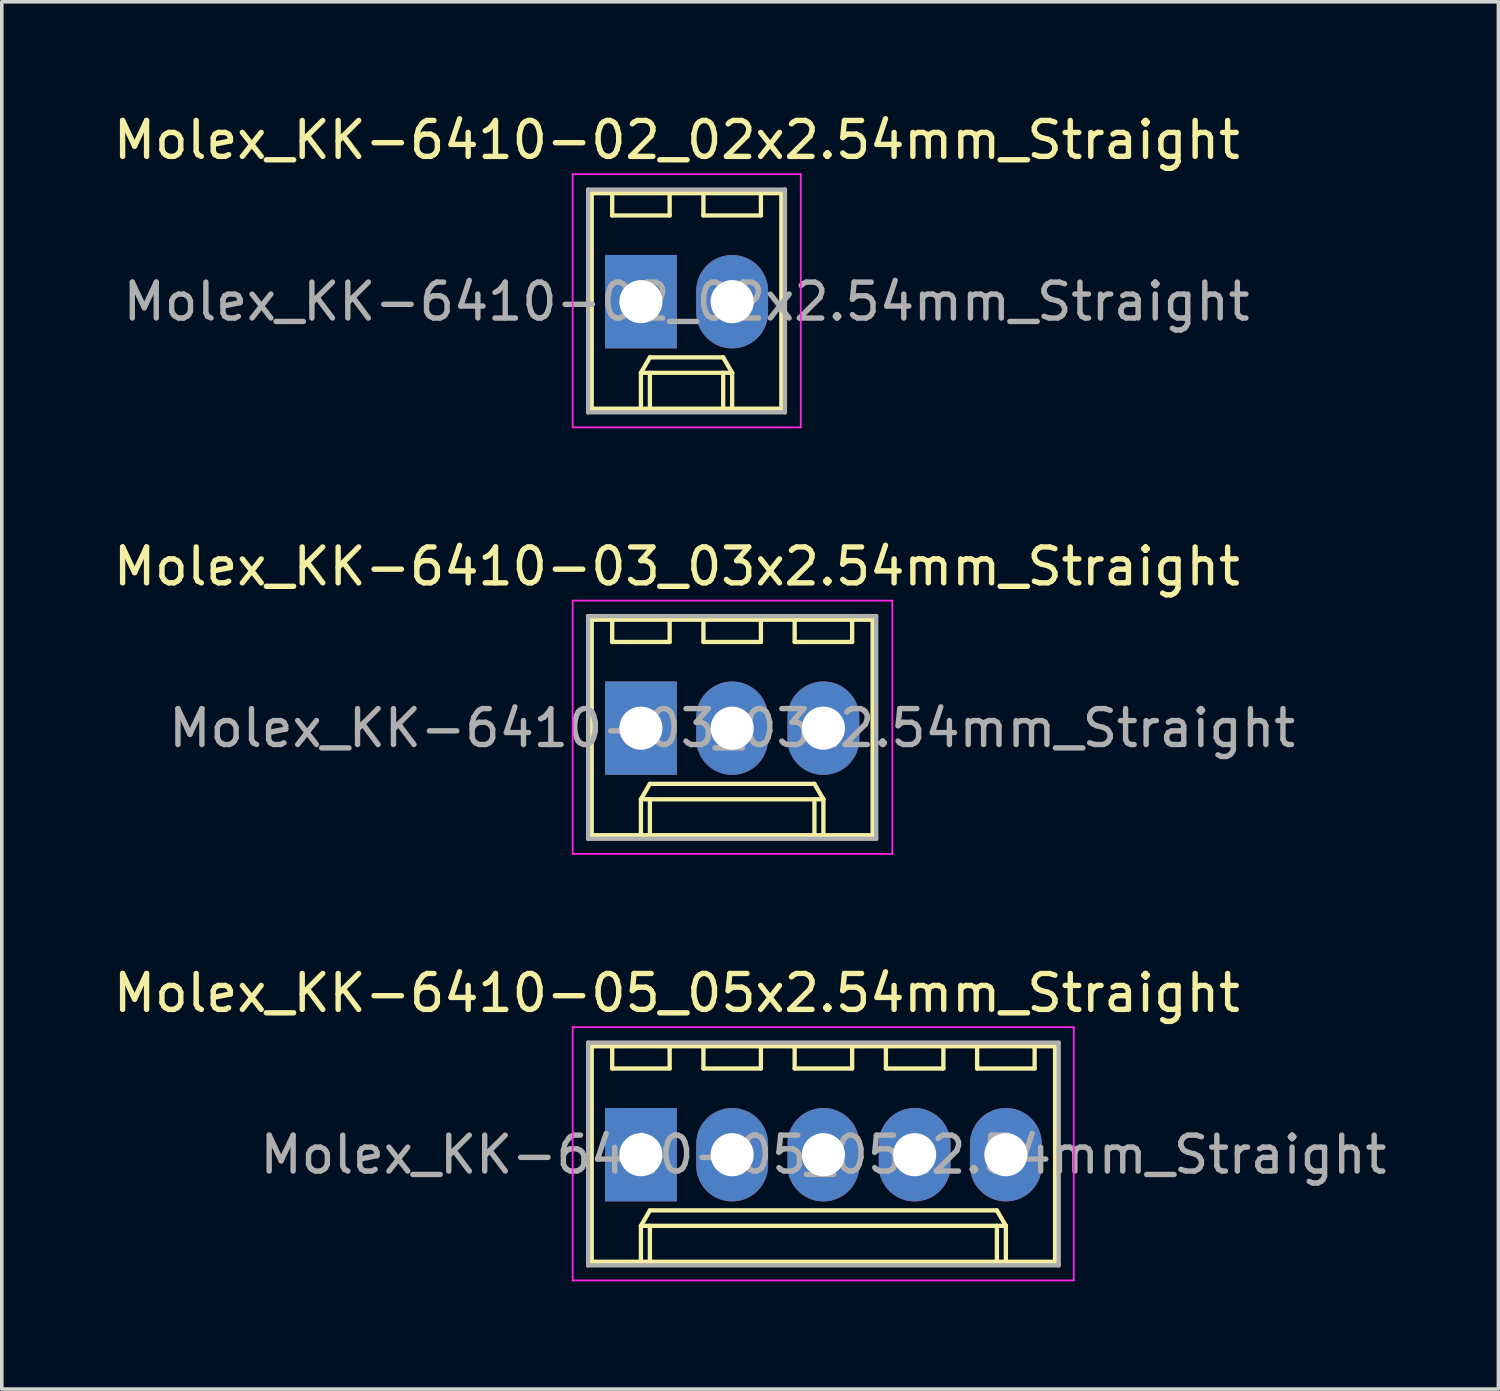
<source format=kicad_pcb>
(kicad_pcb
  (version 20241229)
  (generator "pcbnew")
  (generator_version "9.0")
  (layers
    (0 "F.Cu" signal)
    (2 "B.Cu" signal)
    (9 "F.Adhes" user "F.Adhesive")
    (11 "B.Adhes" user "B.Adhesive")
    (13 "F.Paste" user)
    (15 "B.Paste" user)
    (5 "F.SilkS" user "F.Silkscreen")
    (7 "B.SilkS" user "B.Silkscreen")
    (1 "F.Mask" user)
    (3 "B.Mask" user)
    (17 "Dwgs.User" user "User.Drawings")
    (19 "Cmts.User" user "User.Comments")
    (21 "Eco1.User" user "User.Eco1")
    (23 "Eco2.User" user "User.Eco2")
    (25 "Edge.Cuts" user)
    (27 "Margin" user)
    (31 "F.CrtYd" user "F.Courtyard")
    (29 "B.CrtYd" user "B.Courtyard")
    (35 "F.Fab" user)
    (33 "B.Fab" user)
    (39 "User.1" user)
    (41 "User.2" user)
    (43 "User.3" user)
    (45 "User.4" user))
  (footprint "Molex_KK-6410-05_05x2.54mm_Straight"
    (layer "F.Cu")
    (at 14.792 29.095)
    (property "Reference" "Molex_KK-6410-05_05x2.54mm_Straight" (at 1 -4.5 0) (layer "F.SilkS") (effects (font (size 1 1) (thickness 0.15))))
    (attr through_hole)
    (fp_line (start -1.37 -3.02) (end -1.37 2.98) (stroke (width 0.12) (type solid)) (layer "F.SilkS"))
    (fp_line (start -1.37 2.98) (end 11.53 2.98) (stroke (width 0.12) (type solid)) (layer "F.SilkS"))
    (fp_line (start -0.8 -3.02) (end -0.8 -2.4) (stroke (width 0.12) (type solid)) (layer "F.SilkS"))
    (fp_line (start -0.8 -2.4) (end 0.8 -2.4) (stroke (width 0.12) (type solid)) (layer "F.SilkS"))
    (fp_line (start 0 1.98) (end 0.25 1.55) (stroke (width 0.12) (type solid)) (layer "F.SilkS"))
    (fp_line (start 0 1.98) (end 10.16 1.98) (stroke (width 0.12) (type solid)) (layer "F.SilkS"))
    (fp_line (start 0 2.98) (end 0 1.98) (stroke (width 0.12) (type solid)) (layer "F.SilkS"))
    (fp_line (start 0.25 1.55) (end 9.91 1.55) (stroke (width 0.12) (type solid)) (layer "F.SilkS"))
    (fp_line (start 0.25 2.98) (end 0.25 1.98) (stroke (width 0.12) (type solid)) (layer "F.SilkS"))
    (fp_line (start 0.8 -2.4) (end 0.8 -3.02) (stroke (width 0.12) (type solid)) (layer "F.SilkS"))
    (fp_line (start 1.74 -3.02) (end 1.74 -2.4) (stroke (width 0.12) (type solid)) (layer "F.SilkS"))
    (fp_line (start 1.74 -2.4) (end 3.34 -2.4) (stroke (width 0.12) (type solid)) (layer "F.SilkS"))
    (fp_line (start 3.34 -2.4) (end 3.34 -3.02) (stroke (width 0.12) (type solid)) (layer "F.SilkS"))
    (fp_line (start 4.28 -3.02) (end 4.28 -2.4) (stroke (width 0.12) (type solid)) (layer "F.SilkS"))
    (fp_line (start 4.28 -2.4) (end 5.88 -2.4) (stroke (width 0.12) (type solid)) (layer "F.SilkS"))
    (fp_line (start 5.88 -2.4) (end 5.88 -3.02) (stroke (width 0.12) (type solid)) (layer "F.SilkS"))
    (fp_line (start 6.82 -3.02) (end 6.82 -2.4) (stroke (width 0.12) (type solid)) (layer "F.SilkS"))
    (fp_line (start 6.82 -2.4) (end 8.42 -2.4) (stroke (width 0.12) (type solid)) (layer "F.SilkS"))
    (fp_line (start 8.42 -2.4) (end 8.42 -3.02) (stroke (width 0.12) (type solid)) (layer "F.SilkS"))
    (fp_line (start 9.36 -3.02) (end 9.36 -2.4) (stroke (width 0.12) (type solid)) (layer "F.SilkS"))
    (fp_line (start 9.36 -2.4) (end 10.96 -2.4) (stroke (width 0.12) (type solid)) (layer "F.SilkS"))
    (fp_line (start 9.91 1.55) (end 10.16 1.98) (stroke (width 0.12) (type solid)) (layer "F.SilkS"))
    (fp_line (start 9.91 2.98) (end 9.91 1.98) (stroke (width 0.12) (type solid)) (layer "F.SilkS"))
    (fp_line (start 10.16 1.98) (end 10.16 2.98) (stroke (width 0.12) (type solid)) (layer "F.SilkS"))
    (fp_line (start 10.96 -2.4) (end 10.96 -3.02) (stroke (width 0.12) (type solid)) (layer "F.SilkS"))
    (fp_line (start 11.53 -3.02) (end -1.37 -3.02) (stroke (width 0.12) (type solid)) (layer "F.SilkS"))
    (fp_line (start 11.53 2.98) (end 11.53 -3.02) (stroke (width 0.12) (type solid)) (layer "F.SilkS"))
    (fp_line (start -1.9 -3.55) (end 12.05 -3.55) (stroke (width 0.05) (type solid)) (layer "F.CrtYd"))
    (fp_line (start -1.9 3.5) (end -1.9 -3.55) (stroke (width 0.05) (type solid)) (layer "F.CrtYd"))
    (fp_line (start 12.05 -3.55) (end 12.05 3.5) (stroke (width 0.05) (type solid)) (layer "F.CrtYd"))
    (fp_line (start 12.05 3.5) (end -1.9 3.5) (stroke (width 0.05) (type solid)) (layer "F.CrtYd"))
    (fp_line (start -1.47 -3.12) (end -1.47 3.08) (stroke (width 0.12) (type solid)) (layer "F.Fab"))
    (fp_line (start -1.47 3.08) (end 11.63 3.08) (stroke (width 0.12) (type solid)) (layer "F.Fab"))
    (fp_line (start 11.63 -3.12) (end -1.47 -3.12) (stroke (width 0.12) (type solid)) (layer "F.Fab"))
    (fp_line (start 11.63 3.08) (end 11.63 -3.12) (stroke (width 0.12) (type solid)) (layer "F.Fab"))
    (fp_text user "${REFERENCE}" (at 5.08 0 0) (layer "F.Fab") (effects (font (size 1 1) (thickness 0.15))))
    (pad "1" thru_hole rect (at 0 0) (size 2 2.6) (drill 1.2) (layers "*.Cu" "*.Mask"))
    (pad "2" thru_hole oval (at 2.54 0) (size 2 2.6) (drill 1.2) (layers "*.Cu" "*.Mask"))
    (pad "3" thru_hole oval (at 5.08 0) (size 2 2.6) (drill 1.2) (layers "*.Cu" "*.Mask"))
    (pad "4" thru_hole oval (at 7.62 0) (size 2 2.6) (drill 1.2) (layers "*.Cu" "*.Mask"))
    (pad "5" thru_hole oval (at 10.16 0) (size 2 2.6) (drill 1.2) (layers "*.Cu" "*.Mask")))
  (footprint "Molex_KK-6410-02_02x2.54mm_Straight"
    (layer "F.Cu")
    (at 14.792 5.348)
    (property "Reference" "Molex_KK-6410-02_02x2.54mm_Straight" (at 1 -4.5 0) (layer "F.SilkS") (effects (font (size 1 1) (thickness 0.15))))
    (attr through_hole)
    (fp_line (start -1.37 -3.02) (end -1.37 2.98) (stroke (width 0.12) (type solid)) (layer "F.SilkS"))
    (fp_line (start -1.37 2.98) (end 3.91 2.98) (stroke (width 0.12) (type solid)) (layer "F.SilkS"))
    (fp_line (start -0.8 -3.02) (end -0.8 -2.4) (stroke (width 0.12) (type solid)) (layer "F.SilkS"))
    (fp_line (start -0.8 -2.4) (end 0.8 -2.4) (stroke (width 0.12) (type solid)) (layer "F.SilkS"))
    (fp_line (start 0 1.98) (end 0.25 1.55) (stroke (width 0.12) (type solid)) (layer "F.SilkS"))
    (fp_line (start 0 1.98) (end 2.54 1.98) (stroke (width 0.12) (type solid)) (layer "F.SilkS"))
    (fp_line (start 0 2.98) (end 0 1.98) (stroke (width 0.12) (type solid)) (layer "F.SilkS"))
    (fp_line (start 0.25 1.55) (end 2.29 1.55) (stroke (width 0.12) (type solid)) (layer "F.SilkS"))
    (fp_line (start 0.25 2.98) (end 0.25 1.98) (stroke (width 0.12) (type solid)) (layer "F.SilkS"))
    (fp_line (start 0.8 -2.4) (end 0.8 -3.02) (stroke (width 0.12) (type solid)) (layer "F.SilkS"))
    (fp_line (start 1.74 -3.02) (end 1.74 -2.4) (stroke (width 0.12) (type solid)) (layer "F.SilkS"))
    (fp_line (start 1.74 -2.4) (end 3.34 -2.4) (stroke (width 0.12) (type solid)) (layer "F.SilkS"))
    (fp_line (start 2.29 1.55) (end 2.54 1.98) (stroke (width 0.12) (type solid)) (layer "F.SilkS"))
    (fp_line (start 2.29 2.98) (end 2.29 1.98) (stroke (width 0.12) (type solid)) (layer "F.SilkS"))
    (fp_line (start 2.54 1.98) (end 2.54 2.98) (stroke (width 0.12) (type solid)) (layer "F.SilkS"))
    (fp_line (start 3.34 -2.4) (end 3.34 -3.02) (stroke (width 0.12) (type solid)) (layer "F.SilkS"))
    (fp_line (start 3.91 -3.02) (end -1.37 -3.02) (stroke (width 0.12) (type solid)) (layer "F.SilkS"))
    (fp_line (start 3.91 2.98) (end 3.91 -3.02) (stroke (width 0.12) (type solid)) (layer "F.SilkS"))
    (fp_line (start -1.9 -3.55) (end 4.45 -3.55) (stroke (width 0.05) (type solid)) (layer "F.CrtYd"))
    (fp_line (start -1.9 3.5) (end -1.9 -3.55) (stroke (width 0.05) (type solid)) (layer "F.CrtYd"))
    (fp_line (start 4.45 -3.55) (end 4.45 3.5) (stroke (width 0.05) (type solid)) (layer "F.CrtYd"))
    (fp_line (start 4.45 3.5) (end -1.9 3.5) (stroke (width 0.05) (type solid)) (layer "F.CrtYd"))
    (fp_line (start -1.47 -3.12) (end -1.47 3.08) (stroke (width 0.12) (type solid)) (layer "F.Fab"))
    (fp_line (start -1.47 3.08) (end 4.01 3.08) (stroke (width 0.12) (type solid)) (layer "F.Fab"))
    (fp_line (start 4.01 -3.12) (end -1.47 -3.12) (stroke (width 0.12) (type solid)) (layer "F.Fab"))
    (fp_line (start 4.01 3.08) (end 4.01 -3.12) (stroke (width 0.12) (type solid)) (layer "F.Fab"))
    (fp_text user "${REFERENCE}" (at 1.27 0 0) (layer "F.Fab") (effects (font (size 1 1) (thickness 0.15))))
    (pad "1" thru_hole rect (at 0 0) (size 2 2.6) (drill 1.2) (layers "*.Cu" "*.Mask"))
    (pad "2" thru_hole oval (at 2.54 0) (size 2 2.6) (drill 1.2) (layers "*.Cu" "*.Mask")))
  (footprint "Molex_KK-6410-03_03x2.54mm_Straight"
    (layer "F.Cu")
    (at 14.792 17.221)
    (property "Reference" "Molex_KK-6410-03_03x2.54mm_Straight" (at 1 -4.5 0) (layer "F.SilkS") (effects (font (size 1 1) (thickness 0.15))))
    (attr through_hole)
    (fp_line (start -1.37 -3.02) (end -1.37 2.98) (stroke (width 0.12) (type solid)) (layer "F.SilkS"))
    (fp_line (start -1.37 2.98) (end 6.45 2.98) (stroke (width 0.12) (type solid)) (layer "F.SilkS"))
    (fp_line (start -0.8 -3.02) (end -0.8 -2.4) (stroke (width 0.12) (type solid)) (layer "F.SilkS"))
    (fp_line (start -0.8 -2.4) (end 0.8 -2.4) (stroke (width 0.12) (type solid)) (layer "F.SilkS"))
    (fp_line (start 0 1.98) (end 0.25 1.55) (stroke (width 0.12) (type solid)) (layer "F.SilkS"))
    (fp_line (start 0 1.98) (end 5.08 1.98) (stroke (width 0.12) (type solid)) (layer "F.SilkS"))
    (fp_line (start 0 2.98) (end 0 1.98) (stroke (width 0.12) (type solid)) (layer "F.SilkS"))
    (fp_line (start 0.25 1.55) (end 4.83 1.55) (stroke (width 0.12) (type solid)) (layer "F.SilkS"))
    (fp_line (start 0.25 2.98) (end 0.25 1.98) (stroke (width 0.12) (type solid)) (layer "F.SilkS"))
    (fp_line (start 0.8 -2.4) (end 0.8 -3.02) (stroke (width 0.12) (type solid)) (layer "F.SilkS"))
    (fp_line (start 1.74 -3.02) (end 1.74 -2.4) (stroke (width 0.12) (type solid)) (layer "F.SilkS"))
    (fp_line (start 1.74 -2.4) (end 3.34 -2.4) (stroke (width 0.12) (type solid)) (layer "F.SilkS"))
    (fp_line (start 3.34 -2.4) (end 3.34 -3.02) (stroke (width 0.12) (type solid)) (layer "F.SilkS"))
    (fp_line (start 4.28 -3.02) (end 4.28 -2.4) (stroke (width 0.12) (type solid)) (layer "F.SilkS"))
    (fp_line (start 4.28 -2.4) (end 5.88 -2.4) (stroke (width 0.12) (type solid)) (layer "F.SilkS"))
    (fp_line (start 4.83 1.55) (end 5.08 1.98) (stroke (width 0.12) (type solid)) (layer "F.SilkS"))
    (fp_line (start 4.83 2.98) (end 4.83 1.98) (stroke (width 0.12) (type solid)) (layer "F.SilkS"))
    (fp_line (start 5.08 1.98) (end 5.08 2.98) (stroke (width 0.12) (type solid)) (layer "F.SilkS"))
    (fp_line (start 5.88 -2.4) (end 5.88 -3.02) (stroke (width 0.12) (type solid)) (layer "F.SilkS"))
    (fp_line (start 6.45 -3.02) (end -1.37 -3.02) (stroke (width 0.12) (type solid)) (layer "F.SilkS"))
    (fp_line (start 6.45 2.98) (end 6.45 -3.02) (stroke (width 0.12) (type solid)) (layer "F.SilkS"))
    (fp_line (start -1.9 -3.55) (end 7 -3.55) (stroke (width 0.05) (type solid)) (layer "F.CrtYd"))
    (fp_line (start -1.9 3.5) (end -1.9 -3.55) (stroke (width 0.05) (type solid)) (layer "F.CrtYd"))
    (fp_line (start 7 -3.55) (end 7 3.5) (stroke (width 0.05) (type solid)) (layer "F.CrtYd"))
    (fp_line (start 7 3.5) (end -1.9 3.5) (stroke (width 0.05) (type solid)) (layer "F.CrtYd"))
    (fp_line (start -1.47 -3.12) (end -1.47 3.08) (stroke (width 0.12) (type solid)) (layer "F.Fab"))
    (fp_line (start -1.47 3.08) (end 6.55 3.08) (stroke (width 0.12) (type solid)) (layer "F.Fab"))
    (fp_line (start 6.55 -3.12) (end -1.47 -3.12) (stroke (width 0.12) (type solid)) (layer "F.Fab"))
    (fp_line (start 6.55 3.08) (end 6.55 -3.12) (stroke (width 0.12) (type solid)) (layer "F.Fab"))
    (fp_text user "${REFERENCE}" (at 2.54 0 0) (layer "F.Fab") (effects (font (size 1 1) (thickness 0.15))))
    (pad "1" thru_hole rect (at 0 0) (size 2 2.6) (drill 1.2) (layers "*.Cu" "*.Mask"))
    (pad "2" thru_hole oval (at 2.54 0) (size 2 2.6) (drill 1.2) (layers "*.Cu" "*.Mask"))
    (pad "3" thru_hole oval (at 5.08 0) (size 2 2.6) (drill 1.2) (layers "*.Cu" "*.Mask")))
  (gr_rect
    (start -3 -3)
    (end 38.663 35.62)
    (stroke (width 0.1) (type default))
    (fill no)
    (layer "Edge.Cuts")))
</source>
